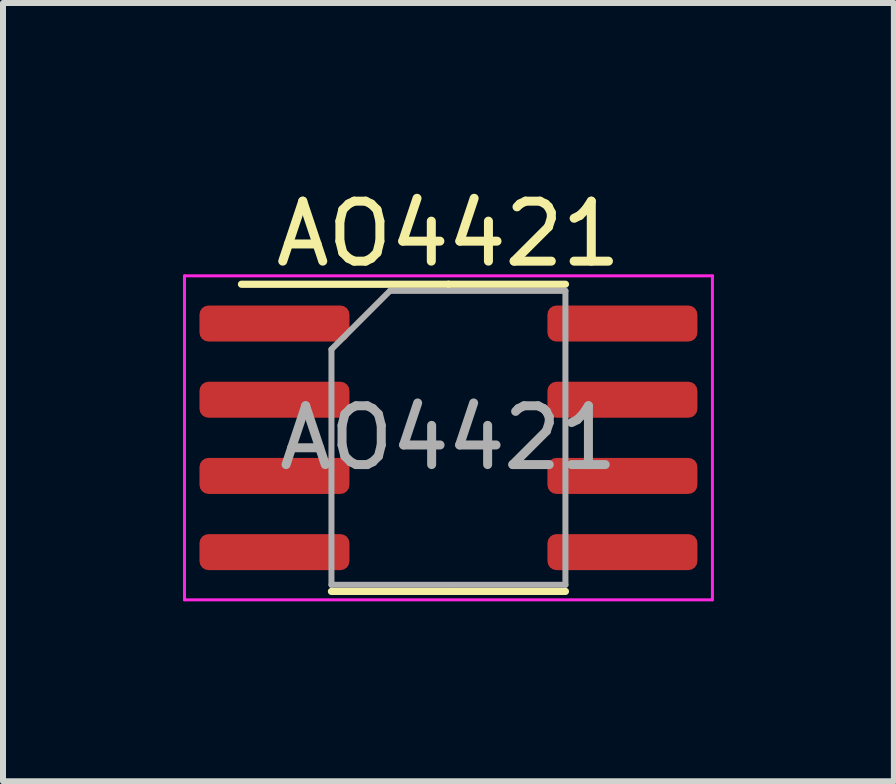
<source format=kicad_pcb>
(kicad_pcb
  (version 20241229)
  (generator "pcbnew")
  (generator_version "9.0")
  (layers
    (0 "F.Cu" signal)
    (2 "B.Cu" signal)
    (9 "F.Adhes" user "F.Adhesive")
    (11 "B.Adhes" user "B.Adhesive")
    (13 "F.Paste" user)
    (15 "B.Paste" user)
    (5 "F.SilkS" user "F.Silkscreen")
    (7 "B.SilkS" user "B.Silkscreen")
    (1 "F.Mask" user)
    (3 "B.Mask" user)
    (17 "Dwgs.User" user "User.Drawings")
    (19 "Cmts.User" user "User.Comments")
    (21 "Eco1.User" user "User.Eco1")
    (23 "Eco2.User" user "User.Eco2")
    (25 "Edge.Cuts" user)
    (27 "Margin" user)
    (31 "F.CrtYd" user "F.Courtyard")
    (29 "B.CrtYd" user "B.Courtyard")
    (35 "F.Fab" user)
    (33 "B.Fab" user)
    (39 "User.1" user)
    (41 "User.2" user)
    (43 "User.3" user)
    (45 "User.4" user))
  (footprint "AO4421"
    (layer "F.Cu")
    (at 4.425 4.248)
    (property "Reference" "AO4421" (at 0 -3.4 0) (layer "F.SilkS") (effects (font (size 1 1) (thickness 0.15))))
    (attr smd)
    (fp_line (start 0 -2.56) (end -3.45 -2.56) (stroke (width 0.12) (type solid)) (layer "F.SilkS"))
    (fp_line (start 0 -2.56) (end 1.95 -2.56) (stroke (width 0.12) (type solid)) (layer "F.SilkS"))
    (fp_line (start 0 2.56) (end -1.95 2.56) (stroke (width 0.12) (type solid)) (layer "F.SilkS"))
    (fp_line (start 0 2.56) (end 1.95 2.56) (stroke (width 0.12) (type solid)) (layer "F.SilkS"))
    (fp_line (start -4.4 -2.7) (end -4.4 2.7) (stroke (width 0.05) (type solid)) (layer "F.CrtYd"))
    (fp_line (start -4.4 2.7) (end 4.4 2.7) (stroke (width 0.05) (type solid)) (layer "F.CrtYd"))
    (fp_line (start 4.4 -2.7) (end -4.4 -2.7) (stroke (width 0.05) (type solid)) (layer "F.CrtYd"))
    (fp_line (start 4.4 2.7) (end 4.4 -2.7) (stroke (width 0.05) (type solid)) (layer "F.CrtYd"))
    (fp_line (start -1.95 -1.475) (end -0.975 -2.45) (stroke (width 0.1) (type solid)) (layer "F.Fab"))
    (fp_line (start -1.95 2.45) (end -1.95 -1.475) (stroke (width 0.1) (type solid)) (layer "F.Fab"))
    (fp_line (start -0.975 -2.45) (end 1.95 -2.45) (stroke (width 0.1) (type solid)) (layer "F.Fab"))
    (fp_line (start 1.95 -2.45) (end 1.95 2.45) (stroke (width 0.1) (type solid)) (layer "F.Fab"))
    (fp_line (start 1.95 2.45) (end -1.95 2.45) (stroke (width 0.1) (type solid)) (layer "F.Fab"))
    (fp_text user "${REFERENCE}" (at 0 0 0) (layer "F.Fab") (effects (font (size 0.98 0.98) (thickness 0.15))))
    (pad "1" smd roundrect (at -2.9 -1.905) (size 2.5 0.6) (layers "F.Cu" "F.Mask" "F.Paste") (roundrect_rratio 0.25))
    (pad "1" smd roundrect (at -2.9 -0.635) (size 2.5 0.6) (layers "F.Cu" "F.Mask" "F.Paste") (roundrect_rratio 0.25))
    (pad "1" smd roundrect (at -2.9 0.635) (size 2.5 0.6) (layers "F.Cu" "F.Mask" "F.Paste") (roundrect_rratio 0.25))
    (pad "2" smd roundrect (at -2.9 1.905) (size 2.5 0.6) (layers "F.Cu" "F.Mask" "F.Paste") (roundrect_rratio 0.25))
    (pad "3" smd roundrect (at 2.9 -1.905) (size 2.5 0.6) (layers "F.Cu" "F.Mask" "F.Paste") (roundrect_rratio 0.25))
    (pad "3" smd roundrect (at 2.9 -0.635) (size 2.5 0.6) (layers "F.Cu" "F.Mask" "F.Paste") (roundrect_rratio 0.25))
    (pad "3" smd roundrect (at 2.9 0.635) (size 2.5 0.6) (layers "F.Cu" "F.Mask" "F.Paste") (roundrect_rratio 0.25))
    (pad "3" smd roundrect (at 2.9 1.905) (size 2.5 0.6) (layers "F.Cu" "F.Mask" "F.Paste") (roundrect_rratio 0.25)))
  (gr_rect
    (start -3 -3)
    (end 11.85 9.973)
    (stroke (width 0.1) (type default))
    (fill no)
    (layer "Edge.Cuts")))
</source>
